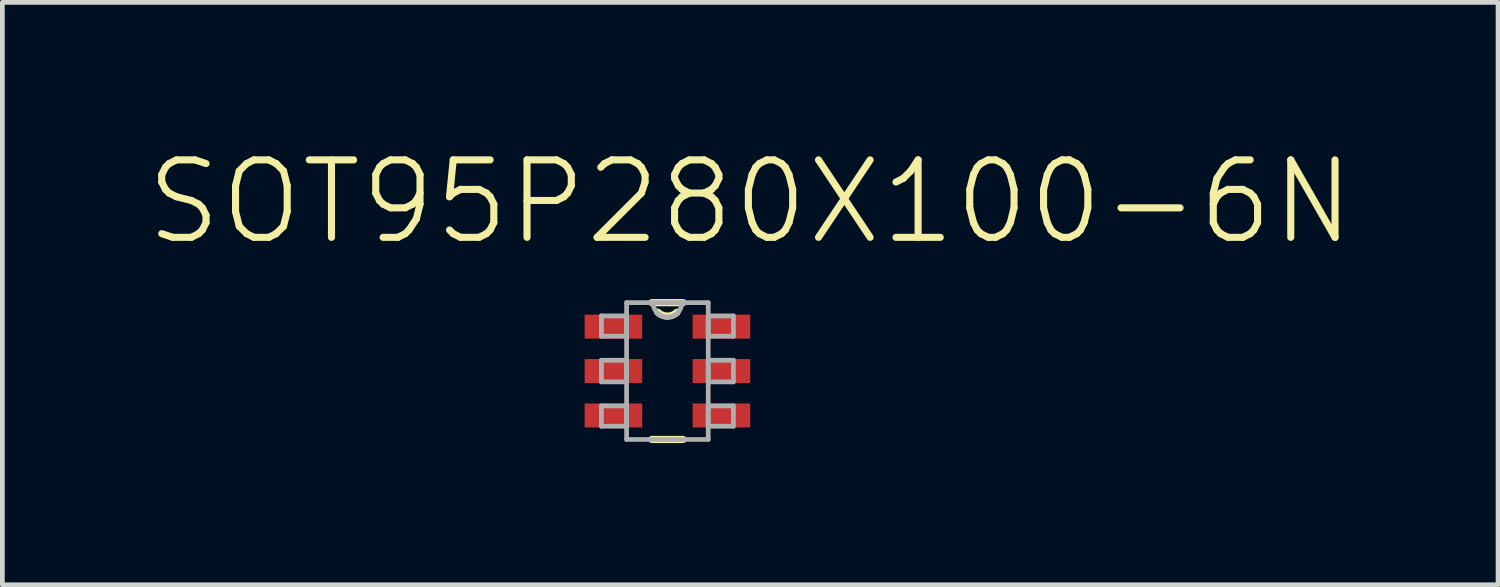
<source format=kicad_pcb>
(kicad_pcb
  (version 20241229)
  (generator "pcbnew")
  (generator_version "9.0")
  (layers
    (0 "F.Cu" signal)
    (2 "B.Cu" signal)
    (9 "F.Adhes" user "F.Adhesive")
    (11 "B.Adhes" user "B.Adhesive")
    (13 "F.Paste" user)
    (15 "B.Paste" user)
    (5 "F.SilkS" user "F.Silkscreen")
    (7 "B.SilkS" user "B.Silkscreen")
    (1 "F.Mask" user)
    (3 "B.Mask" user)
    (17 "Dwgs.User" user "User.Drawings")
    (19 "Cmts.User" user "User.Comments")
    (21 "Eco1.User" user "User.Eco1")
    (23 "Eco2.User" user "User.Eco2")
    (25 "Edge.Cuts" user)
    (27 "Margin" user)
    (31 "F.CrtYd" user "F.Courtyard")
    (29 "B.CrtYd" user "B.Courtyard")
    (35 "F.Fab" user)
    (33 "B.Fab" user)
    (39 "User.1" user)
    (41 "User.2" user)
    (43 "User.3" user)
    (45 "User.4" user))
  (footprint "SOT95P280X100-6N"
    (layer "F.Cu")
    (at 11.077 4.804)
    (property "Reference" "SOT95P280X100-6N" (at 1.753 -3.581 0) (layer "F.SilkS") (effects (font (size 1.64 1.64) (thickness 0.15))))
    (attr smd)
    (fp_line (start -0.33 1.448) (end 0.33 1.448) (stroke (width 0.152) (type solid)) (layer "F.SilkS"))
    (fp_line (start 0.33 -1.448) (end -0.33 -1.448) (stroke (width 0.152) (type solid)) (layer "F.SilkS"))
    (fp_arc (start 0.2032 -1.2446) (mid 0 -1.162502) (end -0.2032 -1.2446) (stroke (width 0.1524) (type solid)) (layer "F.SilkS"))
    (fp_line (start -1.397 -1.168) (end -1.397 -0.737) (stroke (width 0.1) (type solid)) (layer "F.Fab"))
    (fp_line (start -1.397 -0.737) (end -0.864 -0.737) (stroke (width 0.1) (type solid)) (layer "F.Fab"))
    (fp_line (start -1.397 -0.229) (end -1.397 0.229) (stroke (width 0.1) (type solid)) (layer "F.Fab"))
    (fp_line (start -1.397 0.229) (end -0.864 0.229) (stroke (width 0.1) (type solid)) (layer "F.Fab"))
    (fp_line (start -1.397 0.737) (end -1.397 1.168) (stroke (width 0.1) (type solid)) (layer "F.Fab"))
    (fp_line (start -1.397 1.168) (end -0.864 1.168) (stroke (width 0.1) (type solid)) (layer "F.Fab"))
    (fp_line (start -0.864 -1.448) (end -0.864 1.448) (stroke (width 0.1) (type solid)) (layer "F.Fab"))
    (fp_line (start -0.864 -1.168) (end -1.397 -1.168) (stroke (width 0.1) (type solid)) (layer "F.Fab"))
    (fp_line (start -0.864 -0.737) (end -0.864 -1.168) (stroke (width 0.1) (type solid)) (layer "F.Fab"))
    (fp_line (start -0.864 -0.229) (end -1.397 -0.229) (stroke (width 0.1) (type solid)) (layer "F.Fab"))
    (fp_line (start -0.864 0.229) (end -0.864 -0.229) (stroke (width 0.1) (type solid)) (layer "F.Fab"))
    (fp_line (start -0.864 0.737) (end -1.397 0.737) (stroke (width 0.1) (type solid)) (layer "F.Fab"))
    (fp_line (start -0.864 1.168) (end -0.864 0.737) (stroke (width 0.1) (type solid)) (layer "F.Fab"))
    (fp_line (start -0.864 1.448) (end 0.864 1.448) (stroke (width 0.1) (type solid)) (layer "F.Fab"))
    (fp_line (start -0.305 -1.448) (end -0.864 -1.448) (stroke (width 0.1) (type solid)) (layer "F.Fab"))
    (fp_line (start 0.305 -1.448) (end -0.305 -1.448) (stroke (width 0.1) (type solid)) (layer "F.Fab"))
    (fp_line (start 0.864 -1.448) (end 0.305 -1.448) (stroke (width 0.1) (type solid)) (layer "F.Fab"))
    (fp_line (start 0.864 -1.168) (end 0.864 -0.737) (stroke (width 0.1) (type solid)) (layer "F.Fab"))
    (fp_line (start 0.864 -0.737) (end 1.397 -0.737) (stroke (width 0.1) (type solid)) (layer "F.Fab"))
    (fp_line (start 0.864 -0.229) (end 0.864 0.229) (stroke (width 0.1) (type solid)) (layer "F.Fab"))
    (fp_line (start 0.864 0.229) (end 1.397 0.229) (stroke (width 0.1) (type solid)) (layer "F.Fab"))
    (fp_line (start 0.864 0.737) (end 0.864 1.168) (stroke (width 0.1) (type solid)) (layer "F.Fab"))
    (fp_line (start 0.864 1.168) (end 1.397 1.168) (stroke (width 0.1) (type solid)) (layer "F.Fab"))
    (fp_line (start 0.864 1.448) (end 0.864 -1.448) (stroke (width 0.1) (type solid)) (layer "F.Fab"))
    (fp_line (start 1.397 -1.168) (end 0.864 -1.168) (stroke (width 0.1) (type solid)) (layer "F.Fab"))
    (fp_line (start 1.397 -0.737) (end 1.397 -1.168) (stroke (width 0.1) (type solid)) (layer "F.Fab"))
    (fp_line (start 1.397 -0.229) (end 0.864 -0.229) (stroke (width 0.1) (type solid)) (layer "F.Fab"))
    (fp_line (start 1.397 0.229) (end 1.397 -0.229) (stroke (width 0.1) (type solid)) (layer "F.Fab"))
    (fp_line (start 1.397 0.737) (end 0.864 0.737) (stroke (width 0.1) (type solid)) (layer "F.Fab"))
    (fp_line (start 1.397 1.168) (end 1.397 0.737) (stroke (width 0.1) (type solid)) (layer "F.Fab"))
    (fp_arc (start 0.3048 -1.4478) (mid 0 -1.143) (end -0.3048 -1.4478) (stroke (width 0.1) (type solid)) (layer "F.Fab"))
    (pad "1" smd rect (at -1.143 -0.94) (size 1.219 0.508) (layers "F.Cu" "F.Mask" "F.Paste"))
    (pad "2" smd rect (at -1.143 0) (size 1.219 0.508) (layers "F.Cu" "F.Mask" "F.Paste"))
    (pad "3" smd rect (at -1.143 0.94) (size 1.219 0.508) (layers "F.Cu" "F.Mask" "F.Paste"))
    (pad "4" smd rect (at 1.143 0.94) (size 1.219 0.508) (layers "F.Cu" "F.Mask" "F.Paste"))
    (pad "5" smd rect (at 1.143 0) (size 1.219 0.508) (layers "F.Cu" "F.Mask" "F.Paste"))
    (pad "6" smd rect (at 1.143 -0.94) (size 1.219 0.508) (layers "F.Cu" "F.Mask" "F.Paste")))
  (gr_rect
    (start -3 -3)
    (end 28.659 9.328)
    (stroke (width 0.1) (type default))
    (fill no)
    (layer "Edge.Cuts")))
</source>
